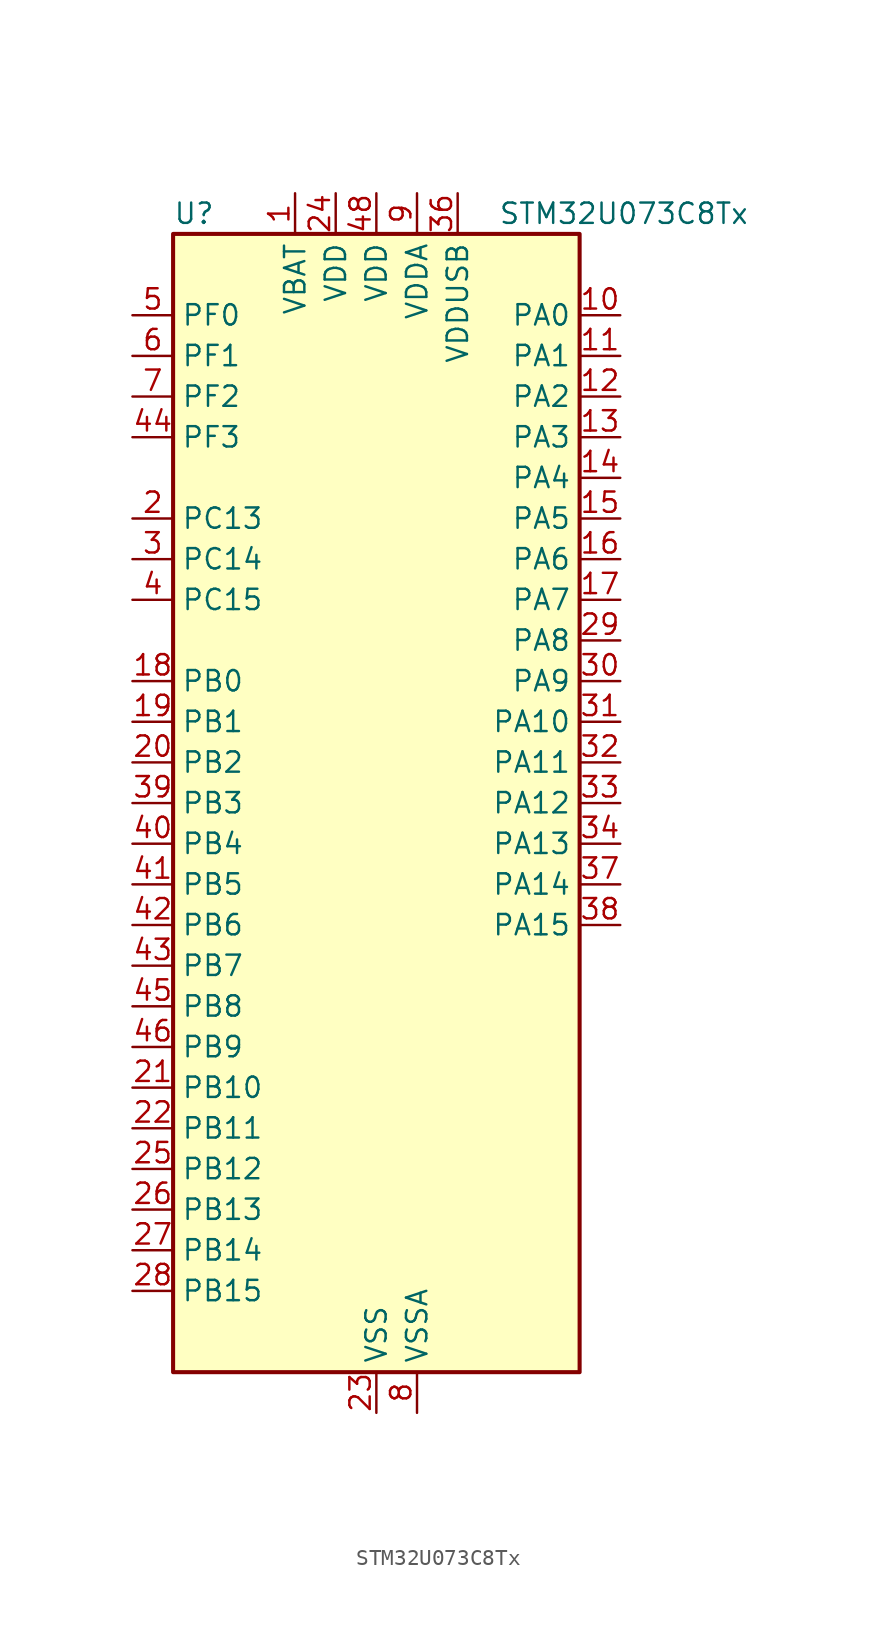
<source format=kicad_sym>
(kicad_symbol_lib
  (version 20241209)
  (generator "kicad_symbol_editor")
  (generator_version "9.0")
  (symbol "STM32U073C8Tx"
    (property "Reference" "U"
      (at -12.7 36.83 0)
      (effects (font (size 1.27 1.27)) (justify left)))
    (property "Value" "STM32U073C8Tx"
      (at 7.62 36.83 0)
      (effects (font (size 1.27 1.27)) (justify left)))
    (symbol "STM32U073C8Tx_0_1"
      (rectangle (start -12.7 -35.56) (end 12.7 35.56) (stroke (width 0.254) (type default)) (fill (type background))))
    (symbol "STM32U073C8Tx_1_1"
      (pin bidirectional line (at -15.24 30.48 0) (length 2.54) (name "PF0" (effects (font (size 1.27 1.27)))) (number "5" (effects (font (size 1.27 1.27)))) (alternate "RCC_OSC_IN" bidirectional line))
      (pin bidirectional line (at -15.24 27.94 0) (length 2.54) (name "PF1" (effects (font (size 1.27 1.27)))) (number "6" (effects (font (size 1.27 1.27)))) (alternate "RCC_OSC_EN" bidirectional line) (alternate "RCC_OSC_OUT" bidirectional line))
      (pin bidirectional line (at -15.24 25.4 0) (length 2.54) (name "PF2" (effects (font (size 1.27 1.27)))) (number "7" (effects (font (size 1.27 1.27)))) (alternate "RCC_MCO" bidirectional line))
      (pin bidirectional line (at -15.24 22.86 0) (length 2.54) (name "PF3" (effects (font (size 1.27 1.27)))) (number "44" (effects (font (size 1.27 1.27)))))
      (pin bidirectional line (at -15.24 17.78 0) (length 2.54) (name "PC13" (effects (font (size 1.27 1.27)))) (number "2" (effects (font (size 1.27 1.27)))) (alternate "LPTIM1_CH3" bidirectional line) (alternate "LPTIM3_CH3" bidirectional line) (alternate "PWR_WKUP2" bidirectional line) (alternate "RTC_OUT1" bidirectional line) (alternate "RTC_TS" bidirectional line) (alternate "TAMP_IN1" bidirectional line))
      (pin bidirectional line (at -15.24 15.24 0) (length 2.54) (name "PC14" (effects (font (size 1.27 1.27)))) (number "3" (effects (font (size 1.27 1.27)))) (alternate "RCC_OSC32_IN" bidirectional line))
      (pin bidirectional line (at -15.24 12.7 0) (length 2.54) (name "PC15" (effects (font (size 1.27 1.27)))) (number "4" (effects (font (size 1.27 1.27)))) (alternate "RCC_OSC32_EN" bidirectional line) (alternate "RCC_OSC32_OUT" bidirectional line) (alternate "RCC_OSC_EN" bidirectional line))
      (pin bidirectional line (at -15.24 7.62 0) (length 2.54) (name "PB0" (effects (font (size 1.27 1.27)))) (number "18" (effects (font (size 1.27 1.27)))) (alternate "ADC1_IN17" bidirectional line) (alternate "COMP1_OUT" bidirectional line) (alternate "LCD_SEG5" bidirectional line) (alternate "LPTIM3_CH1" bidirectional line) (alternate "LPUART2_CTS" bidirectional line) (alternate "SPI1_NSS" bidirectional line) (alternate "TIM1_CH2N" bidirectional line) (alternate "TIM3_CH3" bidirectional line) (alternate "TSC_G5_IO2" bidirectional line) (alternate "USART3_CK" bidirectional line))
      (pin bidirectional line (at -15.24 5.08 0) (length 2.54) (name "PB1" (effects (font (size 1.27 1.27)))) (number "19" (effects (font (size 1.27 1.27)))) (alternate "ADC1_IN18" bidirectional line) (alternate "COMP1_INM" bidirectional line) (alternate "LCD_SEG6" bidirectional line) (alternate "LPTIM2_IN1" bidirectional line) (alternate "LPTIM3_CH2" bidirectional line) (alternate "LPUART1_DE" bidirectional line) (alternate "LPUART1_RTS" bidirectional line) (alternate "LPUART2_DE" bidirectional line) (alternate "LPUART2_RTS" bidirectional line) (alternate "TIM1_CH3N" bidirectional line) (alternate "TIM3_CH4" bidirectional line) (alternate "TSC_SYNC" bidirectional line) (alternate "USART3_DE" bidirectional line) (alternate "USART3_RTS" bidirectional line))
      (pin bidirectional line (at -15.24 2.54 0) (length 2.54) (name "PB2" (effects (font (size 1.27 1.27)))) (number "20" (effects (font (size 1.27 1.27)))) (alternate "COMP1_INP" bidirectional line) (alternate "LCD_VLCD" bidirectional line) (alternate "LPTIM1_CH1" bidirectional line) (alternate "RTC_OUT2" bidirectional line))
      (pin bidirectional line (at -15.24 0 0) (length 2.54) (name "PB3" (effects (font (size 1.27 1.27)))) (number "39" (effects (font (size 1.27 1.27)))) (alternate "COMP2_INM" bidirectional line) (alternate "DEBUG_JTDO-SWO" bidirectional line) (alternate "I2C2_SCL" bidirectional line) (alternate "I2C3_SCL" bidirectional line) (alternate "LCD_SEG7" bidirectional line) (alternate "LPTIM1_CH3" bidirectional line) (alternate "SPI1_SCK" bidirectional line) (alternate "SPI3_SCK" bidirectional line) (alternate "TIM2_CH2" bidirectional line) (alternate "USART1_DE" bidirectional line) (alternate "USART1_RTS" bidirectional line))
      (pin bidirectional line (at -15.24 -2.54 0) (length 2.54) (name "PB4" (effects (font (size 1.27 1.27)))) (number "40" (effects (font (size 1.27 1.27)))) (alternate "COMP2_INP" bidirectional line) (alternate "I2C2_SDA" bidirectional line) (alternate "I2C3_SDA" bidirectional line) (alternate "LCD_SEG8" bidirectional line) (alternate "LPTIM1_CH4" bidirectional line) (alternate "LPUART3_DE" bidirectional line) (alternate "LPUART3_RTS" bidirectional line) (alternate "SPI1_MISO" bidirectional line) (alternate "SPI3_MISO" bidirectional line) (alternate "TIM3_CH1" bidirectional line) (alternate "TSC_G2_IO1" bidirectional line) (alternate "USART1_CTS" bidirectional line))
      (pin bidirectional line (at -15.24 -5.08 0) (length 2.54) (name "PB5" (effects (font (size 1.27 1.27)))) (number "41" (effects (font (size 1.27 1.27)))) (alternate "COMP2_OUT" bidirectional line) (alternate "LCD_SEG9" bidirectional line) (alternate "LPTIM1_IN1" bidirectional line) (alternate "LPUART3_CTS" bidirectional line) (alternate "SPI1_MOSI" bidirectional line) (alternate "SPI3_MOSI" bidirectional line) (alternate "TIM16_BKIN" bidirectional line) (alternate "TIM3_CH2" bidirectional line) (alternate "TSC_G2_IO2" bidirectional line) (alternate "USART1_CK" bidirectional line))
      (pin bidirectional line (at -15.24 -7.62 0) (length 2.54) (name "PB6" (effects (font (size 1.27 1.27)))) (number "42" (effects (font (size 1.27 1.27)))) (alternate "COMP2_INP" bidirectional line) (alternate "I2C1_SCL" bidirectional line) (alternate "I2C2_SCL" bidirectional line) (alternate "I2C4_SCL" bidirectional line) (alternate "LPTIM1_ETR" bidirectional line) (alternate "LPUART2_TX" bidirectional line) (alternate "LPUART3_TX" bidirectional line) (alternate "TIM16_CH1N" bidirectional line) (alternate "TSC_G2_IO3" bidirectional line) (alternate "USART1_TX" bidirectional line))
      (pin bidirectional line (at -15.24 -10.16 0) (length 2.54) (name "PB7" (effects (font (size 1.27 1.27)))) (number "43" (effects (font (size 1.27 1.27)))) (alternate "COMP2_INM" bidirectional line) (alternate "I2C1_SDA" bidirectional line) (alternate "I2C2_SDA" bidirectional line) (alternate "I2C4_SDA" bidirectional line) (alternate "LCD_SEG21" bidirectional line) (alternate "LPTIM1_IN2" bidirectional line) (alternate "LPUART2_RX" bidirectional line) (alternate "LPUART3_RX" bidirectional line) (alternate "PWR_PVD_IN" bidirectional line) (alternate "TSC_G2_IO4" bidirectional line) (alternate "USART1_RX" bidirectional line) (alternate "USART4_CTS" bidirectional line))
      (pin bidirectional line (at -15.24 -12.7 0) (length 2.54) (name "PB8" (effects (font (size 1.27 1.27)))) (number "45" (effects (font (size 1.27 1.27)))) (alternate "I2C1_SCL" bidirectional line) (alternate "I2C2_SCL" bidirectional line) (alternate "LCD_SEG16" bidirectional line) (alternate "LPTIM1_IN2" bidirectional line) (alternate "LPTIM3_IN2" bidirectional line) (alternate "TIM16_CH1" bidirectional line) (alternate "USART3_TX" bidirectional line))
      (pin bidirectional line (at -15.24 -15.24 0) (length 2.54) (name "PB9" (effects (font (size 1.27 1.27)))) (number "46" (effects (font (size 1.27 1.27)))) (alternate "DAC1_EXTI9" bidirectional line) (alternate "I2C1_SDA" bidirectional line) (alternate "I2C2_SDA" bidirectional line) (alternate "IR_OUT" bidirectional line) (alternate "LCD_COM3" bidirectional line) (alternate "LPTIM1_CH4" bidirectional line) (alternate "LPTIM3_CH4" bidirectional line) (alternate "SPI2_NSS" bidirectional line) (alternate "USART3_RX" bidirectional line))
      (pin bidirectional line (at -15.24 -17.78 0) (length 2.54) (name "PB10" (effects (font (size 1.27 1.27)))) (number "21" (effects (font (size 1.27 1.27)))) (alternate "COMP1_OUT" bidirectional line) (alternate "I2C2_SCL" bidirectional line) (alternate "I2C4_SCL" bidirectional line) (alternate "LCD_SEG10" bidirectional line) (alternate "LPTIM3_CH1" bidirectional line) (alternate "LPUART1_RX" bidirectional line) (alternate "LPUART2_RX" bidirectional line) (alternate "SPI2_SCK" bidirectional line) (alternate "TIM2_CH3" bidirectional line) (alternate "TSC_G5_IO3" bidirectional line) (alternate "USART3_TX" bidirectional line))
      (pin bidirectional line (at -15.24 -20.32 0) (length 2.54) (name "PB11" (effects (font (size 1.27 1.27)))) (number "22" (effects (font (size 1.27 1.27)))) (alternate "ADC1_EXTI11" bidirectional line) (alternate "COMP2_OUT" bidirectional line) (alternate "I2C2_SDA" bidirectional line) (alternate "I2C4_SDA" bidirectional line) (alternate "LCD_SEG11" bidirectional line) (alternate "LPUART1_TX" bidirectional line) (alternate "LPUART2_TX" bidirectional line) (alternate "TIM2_CH4" bidirectional line) (alternate "TSC_G5_IO4" bidirectional line) (alternate "USART3_RX" bidirectional line))
      (pin bidirectional line (at -15.24 -22.86 0) (length 2.54) (name "PB12" (effects (font (size 1.27 1.27)))) (number "25" (effects (font (size 1.27 1.27)))) (alternate "LCD_SEG12" bidirectional line) (alternate "LPUART1_DE" bidirectional line) (alternate "LPUART1_RTS" bidirectional line) (alternate "SPI2_NSS" bidirectional line) (alternate "TIM15_BKIN" bidirectional line) (alternate "TIM1_BKIN" bidirectional line) (alternate "TSC_G1_IO1" bidirectional line) (alternate "USART3_CK" bidirectional line))
      (pin bidirectional line (at -15.24 -25.4 0) (length 2.54) (name "PB13" (effects (font (size 1.27 1.27)))) (number "26" (effects (font (size 1.27 1.27)))) (alternate "I2C2_SCL" bidirectional line) (alternate "LCD_SEG13" bidirectional line) (alternate "LPTIM3_IN1" bidirectional line) (alternate "LPUART1_CTS" bidirectional line) (alternate "SPI2_SCK" bidirectional line) (alternate "TIM15_CH1N" bidirectional line) (alternate "TIM1_CH1N" bidirectional line) (alternate "TSC_G1_IO2" bidirectional line) (alternate "USART3_CTS" bidirectional line))
      (pin bidirectional line (at -15.24 -27.94 0) (length 2.54) (name "PB14" (effects (font (size 1.27 1.27)))) (number "27" (effects (font (size 1.27 1.27)))) (alternate "I2C2_SDA" bidirectional line) (alternate "LCD_SEG14" bidirectional line) (alternate "LPTIM3_ETR" bidirectional line) (alternate "SPI2_MISO" bidirectional line) (alternate "TIM15_CH1" bidirectional line) (alternate "TIM1_CH2N" bidirectional line) (alternate "TSC_G1_IO3" bidirectional line) (alternate "USART3_DE" bidirectional line) (alternate "USART3_RTS" bidirectional line))
      (pin bidirectional line (at -15.24 -30.48 0) (length 2.54) (name "PB15" (effects (font (size 1.27 1.27)))) (number "28" (effects (font (size 1.27 1.27)))) (alternate "LCD_SEG15" bidirectional line) (alternate "PWR_WKUP7" bidirectional line) (alternate "RTC_REFIN" bidirectional line) (alternate "SPI2_MOSI" bidirectional line) (alternate "TAMP_IN3" bidirectional line) (alternate "TIM15_CH2" bidirectional line) (alternate "TIM1_CH3N" bidirectional line) (alternate "TSC_G1_IO4" bidirectional line))
      (pin power_in line (at -5.08 38.1 270) (length 2.54) (name "VBAT" (effects (font (size 1.27 1.27)))) (number "1" (effects (font (size 1.27 1.27)))))
      (pin power_in line (at -2.54 38.1 270) (length 2.54) (name "VDD" (effects (font (size 1.27 1.27)))) (number "24" (effects (font (size 1.27 1.27)))))
      (pin power_in line (at 0 38.1 270) (length 2.54) (name "VDD" (effects (font (size 1.27 1.27)))) (number "48" (effects (font (size 1.27 1.27)))))
      (pin power_in line (at 0 -38.1 90) (length 2.54) (name "VSS" (effects (font (size 1.27 1.27)))) (number "23" (effects (font (size 1.27 1.27)))))
      (pin passive line (at 0 -38.1 90) (length 2.54) (hide yes) (name "VSS" (effects (font (size 1.27 1.27)))) (number "35" (effects (font (size 1.27 1.27)))))
      (pin passive line (at 0 -38.1 90) (length 2.54) (hide yes) (name "VSS" (effects (font (size 1.27 1.27)))) (number "47" (effects (font (size 1.27 1.27)))))
      (pin power_in line (at 2.54 38.1 270) (length 2.54) (name "VDDA" (effects (font (size 1.27 1.27)))) (number "9" (effects (font (size 1.27 1.27)))))
      (pin power_in line (at 2.54 -38.1 90) (length 2.54) (name "VSSA" (effects (font (size 1.27 1.27)))) (number "8" (effects (font (size 1.27 1.27)))))
      (pin power_in line (at 5.08 38.1 270) (length 2.54) (name "VDDUSB" (effects (font (size 1.27 1.27)))) (number "36" (effects (font (size 1.27 1.27)))))
      (pin bidirectional line (at 15.24 30.48 180) (length 2.54) (name "PA0" (effects (font (size 1.27 1.27)))) (number "10" (effects (font (size 1.27 1.27)))) (alternate "ADC1_IN4" bidirectional line) (alternate "COMP1_INM" bidirectional line) (alternate "COMP1_OUT" bidirectional line) (alternate "LCD_SEG42" bidirectional line) (alternate "OPAMP1_VINP" bidirectional line) (alternate "PWR_WKUP1" bidirectional line) (alternate "TAMP_IN2" bidirectional line) (alternate "TIM2_CH1" bidirectional line) (alternate "TIM2_ETR" bidirectional line) (alternate "USART2_CTS" bidirectional line) (alternate "USART4_TX" bidirectional line))
      (pin bidirectional line (at 15.24 27.94 180) (length 2.54) (name "PA1" (effects (font (size 1.27 1.27)))) (number "11" (effects (font (size 1.27 1.27)))) (alternate "ADC1_IN5" bidirectional line) (alternate "COMP1_INP" bidirectional line) (alternate "LCD_SEG0" bidirectional line) (alternate "LPTIM1_CH2" bidirectional line) (alternate "OPAMP1_VINM" bidirectional line) (alternate "PWR_WKUP3" bidirectional line) (alternate "SPI1_SCK" bidirectional line) (alternate "SPI2_SCK" bidirectional line) (alternate "TAMP_IN5" bidirectional line) (alternate "TIM15_CH1N" bidirectional line) (alternate "TIM2_CH2" bidirectional line) (alternate "USART2_DE" bidirectional line) (alternate "USART2_RTS" bidirectional line) (alternate "USART4_RX" bidirectional line))
      (pin bidirectional line (at 15.24 25.4 180) (length 2.54) (name "PA2" (effects (font (size 1.27 1.27)))) (number "12" (effects (font (size 1.27 1.27)))) (alternate "ADC1_IN6" bidirectional line) (alternate "COMP2_INM" bidirectional line) (alternate "COMP2_OUT" bidirectional line) (alternate "LCD_SEG1" bidirectional line) (alternate "LPUART1_TX" bidirectional line) (alternate "PWR_WKUP4" bidirectional line) (alternate "RCC_LSCO" bidirectional line) (alternate "TIM15_CH1" bidirectional line) (alternate "TIM2_CH3" bidirectional line) (alternate "USART2_TX" bidirectional line))
      (pin bidirectional line (at 15.24 22.86 180) (length 2.54) (name "PA3" (effects (font (size 1.27 1.27)))) (number "13" (effects (font (size 1.27 1.27)))) (alternate "ADC1_IN7" bidirectional line) (alternate "COMP2_INP" bidirectional line) (alternate "LCD_SEG2" bidirectional line) (alternate "LPUART1_RX" bidirectional line) (alternate "OPAMP1_VOUT" bidirectional line) (alternate "TIM15_CH2" bidirectional line) (alternate "TIM2_CH4" bidirectional line) (alternate "USART2_RX" bidirectional line))
      (pin bidirectional line (at 15.24 20.32 180) (length 2.54) (name "PA4" (effects (font (size 1.27 1.27)))) (number "14" (effects (font (size 1.27 1.27)))) (alternate "ADC1_IN8" bidirectional line) (alternate "COMP1_INM" bidirectional line) (alternate "COMP2_INM" bidirectional line) (alternate "DAC1_OUT1" bidirectional line) (alternate "LCD_SEG43" bidirectional line) (alternate "LPTIM2_CH1" bidirectional line) (alternate "LPUART3_TX" bidirectional line) (alternate "SPI1_NSS" bidirectional line) (alternate "SPI3_NSS" bidirectional line) (alternate "USART2_CK" bidirectional line))
      (pin bidirectional line (at 15.24 17.78 180) (length 2.54) (name "PA5" (effects (font (size 1.27 1.27)))) (number "15" (effects (font (size 1.27 1.27)))) (alternate "ADC1_IN9" bidirectional line) (alternate "COMP1_INM" bidirectional line) (alternate "COMP2_INM" bidirectional line) (alternate "LCD_SEG44" bidirectional line) (alternate "LPTIM2_ETR" bidirectional line) (alternate "LPUART3_RX" bidirectional line) (alternate "SPI1_SCK" bidirectional line) (alternate "TIM2_CH1" bidirectional line) (alternate "TIM2_ETR" bidirectional line) (alternate "USART3_TX" bidirectional line))
      (pin bidirectional line (at 15.24 15.24 180) (length 2.54) (name "PA6" (effects (font (size 1.27 1.27)))) (number "16" (effects (font (size 1.27 1.27)))) (alternate "ADC1_IN10" bidirectional line) (alternate "COMP1_OUT" bidirectional line) (alternate "I2C2_SDA" bidirectional line) (alternate "I2C3_SDA" bidirectional line) (alternate "LCD_SEG3" bidirectional line) (alternate "LPUART1_CTS" bidirectional line) (alternate "SPI1_MISO" bidirectional line) (alternate "TIM16_CH1" bidirectional line) (alternate "TIM1_BKIN" bidirectional line) (alternate "TIM3_CH1" bidirectional line) (alternate "TSC_G5_IO1" bidirectional line) (alternate "USART3_CTS" bidirectional line))
      (pin bidirectional line (at 15.24 12.7 180) (length 2.54) (name "PA7" (effects (font (size 1.27 1.27)))) (number "17" (effects (font (size 1.27 1.27)))) (alternate "ADC1_IN14" bidirectional line) (alternate "COMP2_OUT" bidirectional line) (alternate "I2C2_SCL" bidirectional line) (alternate "I2C3_SCL" bidirectional line) (alternate "LCD_SEG4" bidirectional line) (alternate "LPTIM2_CH2" bidirectional line) (alternate "SPI1_MOSI" bidirectional line) (alternate "TIM1_CH1N" bidirectional line) (alternate "TIM3_CH2" bidirectional line) (alternate "USART3_RX" bidirectional line))
      (pin bidirectional line (at 15.24 10.16 180) (length 2.54) (name "PA8" (effects (font (size 1.27 1.27)))) (number "29" (effects (font (size 1.27 1.27)))) (alternate "LCD_COM0" bidirectional line) (alternate "LPTIM2_CH1" bidirectional line) (alternate "RCC_MCO" bidirectional line) (alternate "RCC_MCO2" bidirectional line) (alternate "TIM1_CH1" bidirectional line) (alternate "TSC_G7_IO1" bidirectional line) (alternate "USART1_CK" bidirectional line))
      (pin bidirectional line (at 15.24 7.62 180) (length 2.54) (name "PA9" (effects (font (size 1.27 1.27)))) (number "30" (effects (font (size 1.27 1.27)))) (alternate "COMP1_INP" bidirectional line) (alternate "DAC1_EXTI9" bidirectional line) (alternate "I2C1_SCL" bidirectional line) (alternate "I2C2_SCL" bidirectional line) (alternate "LCD_COM1" bidirectional line) (alternate "RCC_MCO" bidirectional line) (alternate "TIM15_BKIN" bidirectional line) (alternate "TIM1_CH2" bidirectional line) (alternate "TSC_G7_IO2" bidirectional line) (alternate "USART1_TX" bidirectional line))
      (pin bidirectional line (at 15.24 5.08 180) (length 2.54) (name "PA10" (effects (font (size 1.27 1.27)))) (number "31" (effects (font (size 1.27 1.27)))) (alternate "CRS_SYNC" bidirectional line) (alternate "I2C1_SDA" bidirectional line) (alternate "I2C2_SDA" bidirectional line) (alternate "LCD_COM2" bidirectional line) (alternate "RCC_MCO2" bidirectional line) (alternate "SPI2_NSS" bidirectional line) (alternate "TIM1_CH3" bidirectional line) (alternate "TSC_G7_IO3" bidirectional line) (alternate "USART1_RX" bidirectional line))
      (pin bidirectional line (at 15.24 2.54 180) (length 2.54) (name "PA11" (effects (font (size 1.27 1.27)))) (number "32" (effects (font (size 1.27 1.27)))) (alternate "ADC1_EXTI11" bidirectional line) (alternate "COMP1_OUT" bidirectional line) (alternate "SPI1_MISO" bidirectional line) (alternate "SPI2_MISO" bidirectional line) (alternate "TIM1_BKIN2" bidirectional line) (alternate "TIM1_CH4" bidirectional line) (alternate "USART1_CTS" bidirectional line) (alternate "USB_DM" bidirectional line))
      (pin bidirectional line (at 15.24 0 180) (length 2.54) (name "PA12" (effects (font (size 1.27 1.27)))) (number "33" (effects (font (size 1.27 1.27)))) (alternate "SPI1_MOSI" bidirectional line) (alternate "SPI2_MOSI" bidirectional line) (alternate "TIM1_ETR" bidirectional line) (alternate "USART1_DE" bidirectional line) (alternate "USART1_RTS" bidirectional line) (alternate "USB_DP" bidirectional line))
      (pin bidirectional line (at 15.24 -2.54 180) (length 2.54) (name "PA13" (effects (font (size 1.27 1.27)))) (number "34" (effects (font (size 1.27 1.27)))) (alternate "DEBUG_JTMS-SWDIO" bidirectional line) (alternate "IR_OUT" bidirectional line) (alternate "LCD_SEG40" bidirectional line) (alternate "TSC_G7_IO4" bidirectional line) (alternate "USB_NOE" bidirectional line))
      (pin bidirectional line (at 15.24 -5.08 180) (length 2.54) (name "PA14" (effects (font (size 1.27 1.27)))) (number "37" (effects (font (size 1.27 1.27)))) (alternate "DEBUG_JTCK-SWCLK" bidirectional line) (alternate "LCD_SEG41" bidirectional line) (alternate "LPTIM1_CH1" bidirectional line) (alternate "TSC_G3_IO4" bidirectional line))
      (pin bidirectional line (at 15.24 -7.62 180) (length 2.54) (name "PA15" (effects (font (size 1.27 1.27)))) (number "38" (effects (font (size 1.27 1.27)))) (alternate "DEBUG_JTDI" bidirectional line) (alternate "LCD_SEG17" bidirectional line) (alternate "LPTIM3_CH3" bidirectional line) (alternate "LPTIM3_IN2" bidirectional line) (alternate "SPI1_NSS" bidirectional line) (alternate "SPI3_NSS" bidirectional line) (alternate "TIM2_CH1" bidirectional line) (alternate "TIM2_ETR" bidirectional line) (alternate "TSC_G3_IO1" bidirectional line) (alternate "USART2_RX" bidirectional line) (alternate "USART3_DE" bidirectional line) (alternate "USART3_RTS" bidirectional line) (alternate "USART4_DE" bidirectional line) (alternate "USART4_RTS" bidirectional line)))))
</source>
